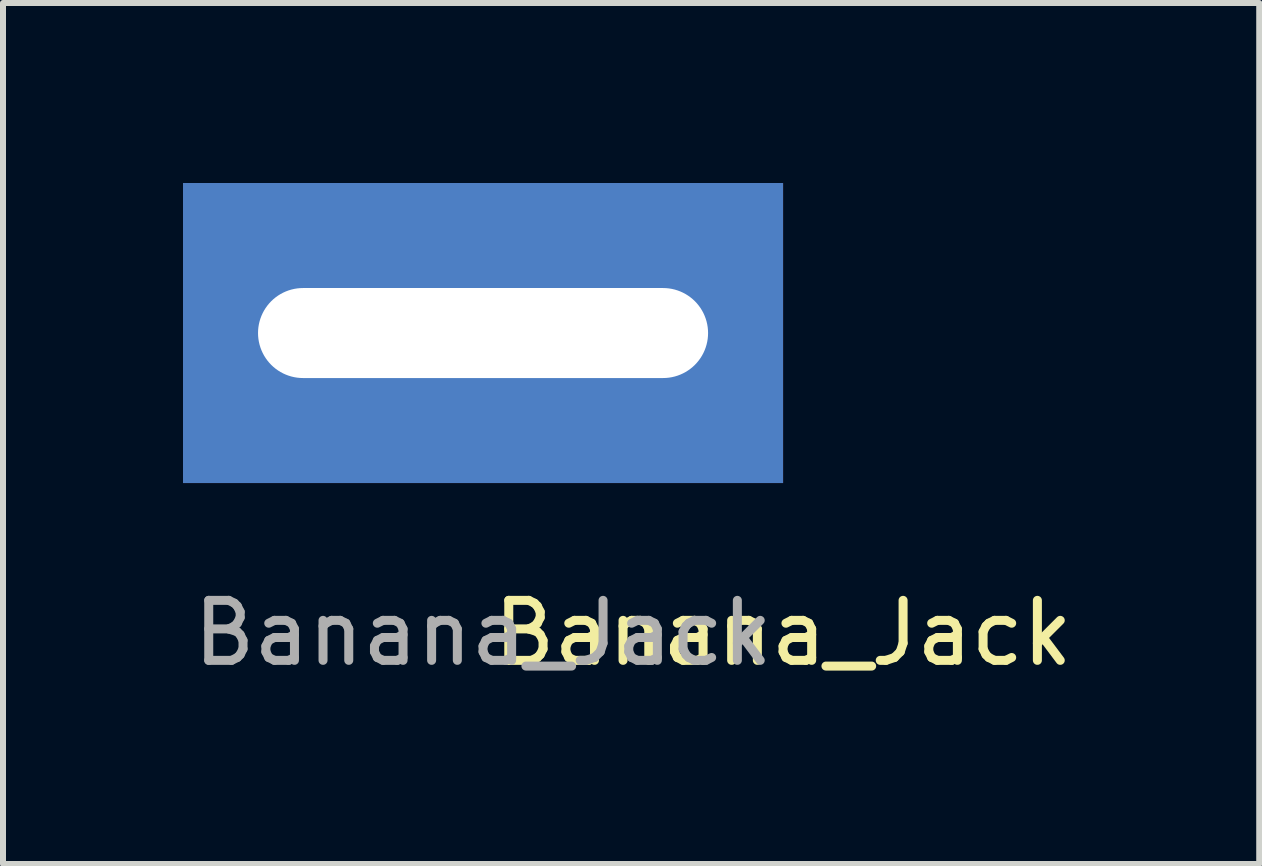
<source format=kicad_pcb>
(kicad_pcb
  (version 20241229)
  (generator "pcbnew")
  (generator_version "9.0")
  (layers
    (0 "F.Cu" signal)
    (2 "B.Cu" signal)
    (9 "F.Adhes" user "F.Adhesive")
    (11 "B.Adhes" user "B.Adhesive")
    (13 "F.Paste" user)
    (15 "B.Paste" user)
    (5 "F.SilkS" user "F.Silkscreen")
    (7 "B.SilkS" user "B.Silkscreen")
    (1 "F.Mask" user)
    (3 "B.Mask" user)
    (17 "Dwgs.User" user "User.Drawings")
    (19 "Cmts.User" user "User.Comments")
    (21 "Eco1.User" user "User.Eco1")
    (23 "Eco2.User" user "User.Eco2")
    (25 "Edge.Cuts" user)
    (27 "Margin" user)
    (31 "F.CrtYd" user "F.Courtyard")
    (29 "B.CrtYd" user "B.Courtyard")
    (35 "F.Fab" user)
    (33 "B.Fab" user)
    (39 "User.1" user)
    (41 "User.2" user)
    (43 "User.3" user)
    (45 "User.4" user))
  (footprint "Banana_Jack"
    (layer "F.Cu")
    (at 5 2.5)
    (property "Reference" "Banana_Jack" (at 5 5 0) (unlocked yes) (layer "F.SilkS") (effects (font (size 1 1) (thickness 0.15))))
    (attr through_hole)
    (fp_text user "${REFERENCE}" (at 0 5 0) (unlocked yes) (layer "F.Fab") (effects (font (size 1 1) (thickness 0.15))))
    (pad "1" thru_hole rect (at 0 0) (size 10 5) (drill oval 7.5 1.5) (layers "*.Cu" "*.Mask")))
  (gr_rect
    (start -3 -3)
    (end 17.935 11.348)
    (stroke (width 0.1) (type default))
    (fill no)
    (layer "Edge.Cuts")))
</source>
